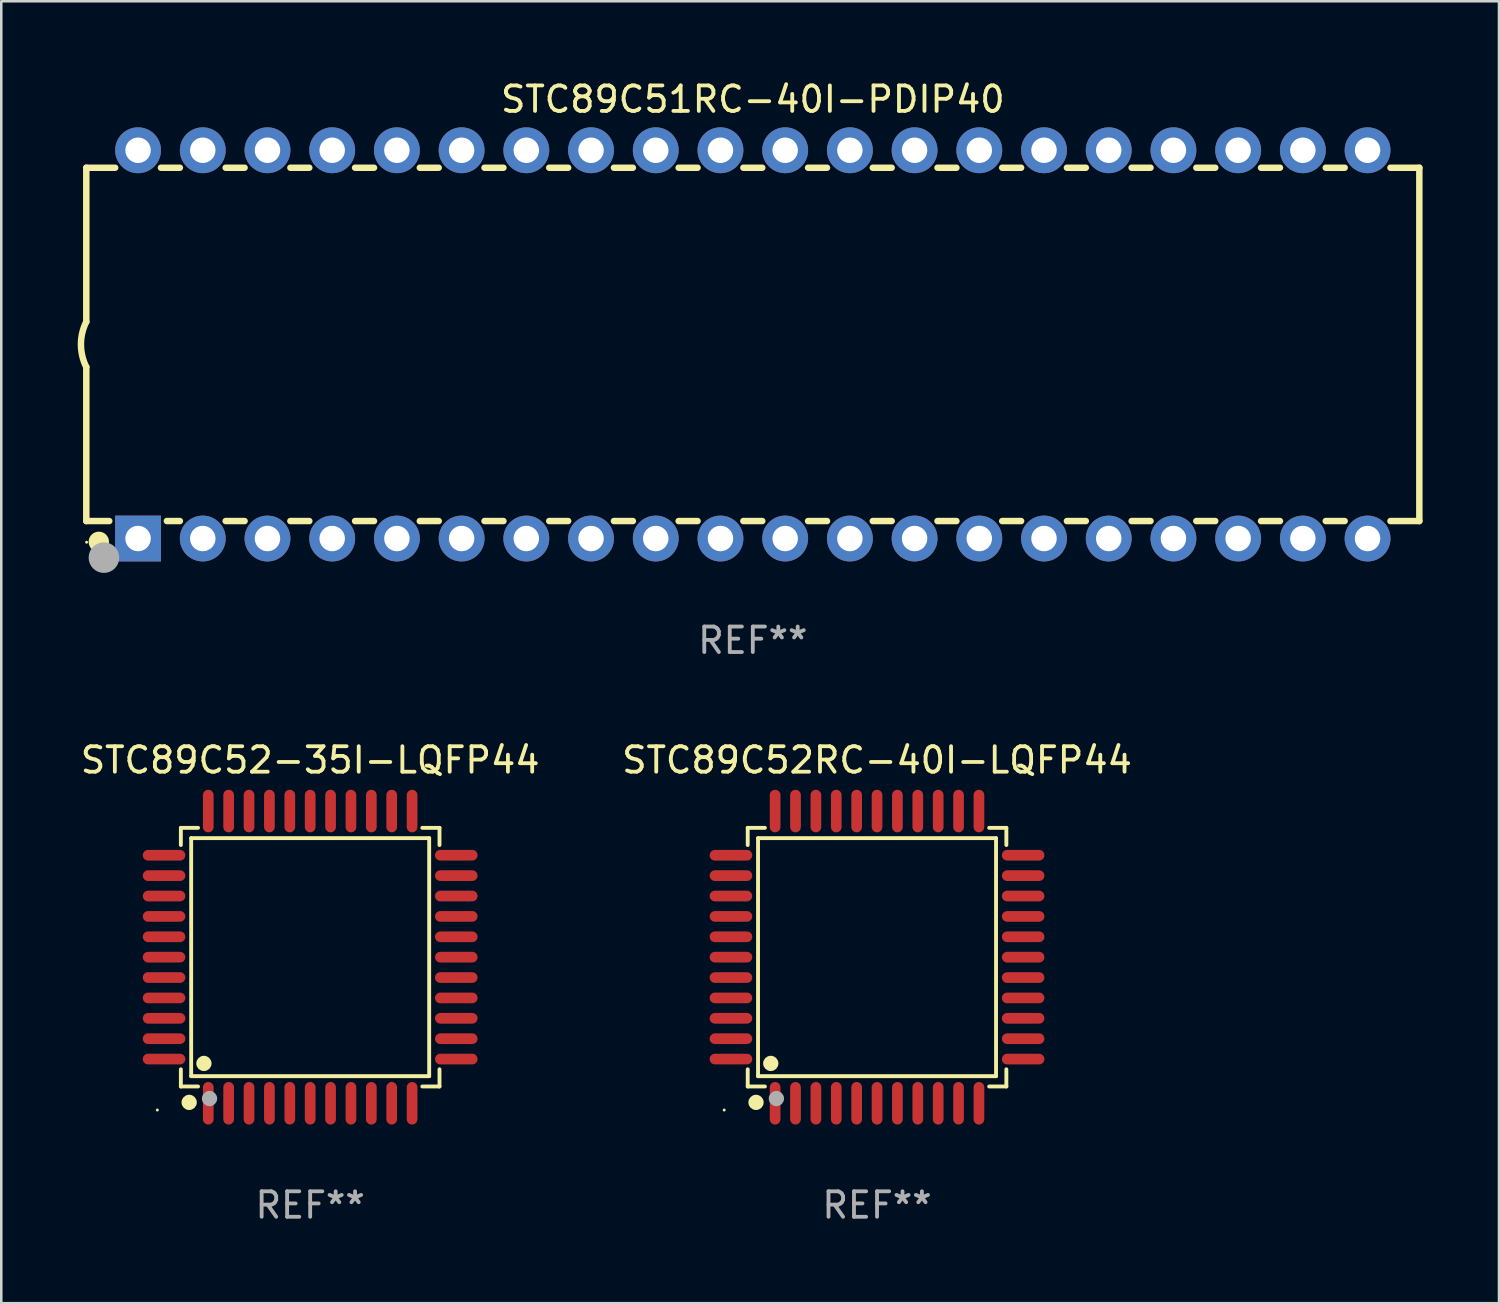
<source format=kicad_pcb>
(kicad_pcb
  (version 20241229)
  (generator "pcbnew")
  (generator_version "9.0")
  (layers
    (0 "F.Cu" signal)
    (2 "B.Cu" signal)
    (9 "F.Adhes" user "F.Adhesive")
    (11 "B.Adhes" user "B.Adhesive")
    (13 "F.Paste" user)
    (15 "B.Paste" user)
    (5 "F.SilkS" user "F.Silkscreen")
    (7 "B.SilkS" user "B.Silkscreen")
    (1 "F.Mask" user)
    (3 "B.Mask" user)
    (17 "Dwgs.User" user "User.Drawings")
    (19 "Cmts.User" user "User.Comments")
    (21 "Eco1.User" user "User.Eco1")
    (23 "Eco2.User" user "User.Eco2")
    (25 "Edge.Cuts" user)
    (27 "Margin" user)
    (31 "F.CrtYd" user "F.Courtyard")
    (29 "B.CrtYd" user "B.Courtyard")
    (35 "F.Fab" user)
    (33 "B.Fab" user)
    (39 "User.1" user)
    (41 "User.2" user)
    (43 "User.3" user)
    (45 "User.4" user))
  (footprint "STC89C51RC-40I-PDIP40"
    (layer "F.Cu")
    (at 26.499 10.468)
    (property "Reference" "STC89C51RC-40I-PDIP40" (at 0 -9.62 0) (layer "F.SilkS") (effects (font (size 1 1) (thickness 0.15))))
    (attr through_hole)
    (fp_line (start -26.162 -6.934) (end -26.162 -0.889) (stroke (width 0.254) (type solid)) (layer "F.SilkS"))
    (fp_line (start -26.162 -6.934) (end -25.029 -6.934) (stroke (width 0.254) (type solid)) (layer "F.SilkS"))
    (fp_line (start -26.162 6.934) (end -26.162 0.889) (stroke (width 0.254) (type solid)) (layer "F.SilkS"))
    (fp_line (start -26.162 6.934) (end -25.261 6.934) (stroke (width 0.254) (type solid)) (layer "F.SilkS"))
    (fp_line (start -23.231 -6.934) (end -22.489 -6.934) (stroke (width 0.254) (type solid)) (layer "F.SilkS"))
    (fp_line (start -22.999 6.934) (end -22.489 6.934) (stroke (width 0.254) (type solid)) (layer "F.SilkS"))
    (fp_line (start -20.691 -6.934) (end -19.949 -6.934) (stroke (width 0.254) (type solid)) (layer "F.SilkS"))
    (fp_line (start -20.691 6.934) (end -19.949 6.934) (stroke (width 0.254) (type solid)) (layer "F.SilkS"))
    (fp_line (start -18.151 -6.934) (end -17.409 -6.934) (stroke (width 0.254) (type solid)) (layer "F.SilkS"))
    (fp_line (start -18.151 6.934) (end -17.409 6.934) (stroke (width 0.254) (type solid)) (layer "F.SilkS"))
    (fp_line (start -15.611 -6.934) (end -14.869 -6.934) (stroke (width 0.254) (type solid)) (layer "F.SilkS"))
    (fp_line (start -15.611 6.934) (end -14.869 6.934) (stroke (width 0.254) (type solid)) (layer "F.SilkS"))
    (fp_line (start -13.071 -6.934) (end -12.329 -6.934) (stroke (width 0.254) (type solid)) (layer "F.SilkS"))
    (fp_line (start -13.071 6.934) (end -12.329 6.934) (stroke (width 0.254) (type solid)) (layer "F.SilkS"))
    (fp_line (start -10.531 -6.934) (end -9.789 -6.934) (stroke (width 0.254) (type solid)) (layer "F.SilkS"))
    (fp_line (start -10.531 6.934) (end -9.789 6.934) (stroke (width 0.254) (type solid)) (layer "F.SilkS"))
    (fp_line (start -7.991 -6.934) (end -7.249 -6.934) (stroke (width 0.254) (type solid)) (layer "F.SilkS"))
    (fp_line (start -7.991 6.934) (end -7.249 6.934) (stroke (width 0.254) (type solid)) (layer "F.SilkS"))
    (fp_line (start -5.451 -6.934) (end -4.709 -6.934) (stroke (width 0.254) (type solid)) (layer "F.SilkS"))
    (fp_line (start -5.451 6.934) (end -4.709 6.934) (stroke (width 0.254) (type solid)) (layer "F.SilkS"))
    (fp_line (start -2.911 -6.934) (end -2.169 -6.934) (stroke (width 0.254) (type solid)) (layer "F.SilkS"))
    (fp_line (start -2.911 6.934) (end -2.169 6.934) (stroke (width 0.254) (type solid)) (layer "F.SilkS"))
    (fp_line (start -0.371 -6.934) (end 0.371 -6.934) (stroke (width 0.254) (type solid)) (layer "F.SilkS"))
    (fp_line (start -0.371 6.934) (end 0.371 6.934) (stroke (width 0.254) (type solid)) (layer "F.SilkS"))
    (fp_line (start 2.169 -6.934) (end 2.911 -6.934) (stroke (width 0.254) (type solid)) (layer "F.SilkS"))
    (fp_line (start 2.169 6.934) (end 2.911 6.934) (stroke (width 0.254) (type solid)) (layer "F.SilkS"))
    (fp_line (start 4.709 -6.934) (end 5.451 -6.934) (stroke (width 0.254) (type solid)) (layer "F.SilkS"))
    (fp_line (start 4.709 6.934) (end 5.451 6.934) (stroke (width 0.254) (type solid)) (layer "F.SilkS"))
    (fp_line (start 7.249 -6.934) (end 7.991 -6.934) (stroke (width 0.254) (type solid)) (layer "F.SilkS"))
    (fp_line (start 7.249 6.934) (end 7.991 6.934) (stroke (width 0.254) (type solid)) (layer "F.SilkS"))
    (fp_line (start 9.789 -6.934) (end 10.531 -6.934) (stroke (width 0.254) (type solid)) (layer "F.SilkS"))
    (fp_line (start 9.789 6.934) (end 10.531 6.934) (stroke (width 0.254) (type solid)) (layer "F.SilkS"))
    (fp_line (start 12.329 -6.934) (end 13.071 -6.934) (stroke (width 0.254) (type solid)) (layer "F.SilkS"))
    (fp_line (start 12.329 6.934) (end 13.071 6.934) (stroke (width 0.254) (type solid)) (layer "F.SilkS"))
    (fp_line (start 14.869 -6.934) (end 15.611 -6.934) (stroke (width 0.254) (type solid)) (layer "F.SilkS"))
    (fp_line (start 14.869 6.934) (end 15.611 6.934) (stroke (width 0.254) (type solid)) (layer "F.SilkS"))
    (fp_line (start 17.409 -6.934) (end 18.151 -6.934) (stroke (width 0.254) (type solid)) (layer "F.SilkS"))
    (fp_line (start 17.409 6.934) (end 18.151 6.934) (stroke (width 0.254) (type solid)) (layer "F.SilkS"))
    (fp_line (start 19.949 -6.934) (end 20.691 -6.934) (stroke (width 0.254) (type solid)) (layer "F.SilkS"))
    (fp_line (start 19.949 6.934) (end 20.691 6.934) (stroke (width 0.254) (type solid)) (layer "F.SilkS"))
    (fp_line (start 22.489 -6.934) (end 23.231 -6.934) (stroke (width 0.254) (type solid)) (layer "F.SilkS"))
    (fp_line (start 22.489 6.934) (end 23.231 6.934) (stroke (width 0.254) (type solid)) (layer "F.SilkS"))
    (fp_line (start 25.029 -6.934) (end 26.162 -6.934) (stroke (width 0.254) (type solid)) (layer "F.SilkS"))
    (fp_line (start 25.029 6.934) (end 26.162 6.934) (stroke (width 0.254) (type solid)) (layer "F.SilkS"))
    (fp_line (start 26.162 -6.934) (end 26.162 6.934) (stroke (width 0.254) (type solid)) (layer "F.SilkS"))
    (fp_arc (start -26.162052 0.889001) (mid -26.371917 0) (end -26.162052 -0.889002) (stroke (width 0.254001) (type solid)) (layer "F.SilkS"))
    (fp_circle (center -26.15 7.765) (end -26.12 7.765) (stroke (width 0.06) (type solid)) (fill no) (layer "F.SilkS"))
    (fp_circle (center -25.67 7.75) (end -25.47 7.75) (stroke (width 0.4) (type solid)) (fill no) (layer "F.SilkS"))
    (fp_circle (center -25.47 8.37) (end -25.17 8.37) (stroke (width 0.6) (type solid)) (fill no) (layer "F.Fab"))
    (fp_text user "REF**" (at 0 11.62 0) (layer "F.Fab") (effects (font (size 1 1) (thickness 0.15))))
    (pad "1" thru_hole rect (at -24.13 7.62) (size 1.8 1.8) (drill 1) (layers "*.Cu" "*.Mask"))
    (pad "2" thru_hole circle (at -21.59 7.62) (size 1.8 1.8) (drill 1) (layers "*.Cu" "*.Mask"))
    (pad "3" thru_hole circle (at -19.05 7.62) (size 1.8 1.8) (drill 1) (layers "*.Cu" "*.Mask"))
    (pad "4" thru_hole circle (at -16.51 7.62) (size 1.8 1.8) (drill 1) (layers "*.Cu" "*.Mask"))
    (pad "5" thru_hole circle (at -13.97 7.62) (size 1.8 1.8) (drill 1) (layers "*.Cu" "*.Mask"))
    (pad "6" thru_hole circle (at -11.43 7.62) (size 1.8 1.8) (drill 1) (layers "*.Cu" "*.Mask"))
    (pad "7" thru_hole circle (at -8.89 7.62) (size 1.8 1.8) (drill 1) (layers "*.Cu" "*.Mask"))
    (pad "8" thru_hole circle (at -6.35 7.62) (size 1.8 1.8) (drill 1) (layers "*.Cu" "*.Mask"))
    (pad "9" thru_hole circle (at -3.81 7.62) (size 1.8 1.8) (drill 1) (layers "*.Cu" "*.Mask"))
    (pad "10" thru_hole circle (at -1.27 7.62) (size 1.8 1.8) (drill 1) (layers "*.Cu" "*.Mask"))
    (pad "11" thru_hole circle (at 1.27 7.62) (size 1.8 1.8) (drill 1) (layers "*.Cu" "*.Mask"))
    (pad "12" thru_hole circle (at 3.81 7.62) (size 1.8 1.8) (drill 1) (layers "*.Cu" "*.Mask"))
    (pad "13" thru_hole circle (at 6.35 7.62) (size 1.8 1.8) (drill 1) (layers "*.Cu" "*.Mask"))
    (pad "14" thru_hole circle (at 8.89 7.62) (size 1.8 1.8) (drill 1) (layers "*.Cu" "*.Mask"))
    (pad "15" thru_hole circle (at 11.43 7.62) (size 1.8 1.8) (drill 1) (layers "*.Cu" "*.Mask"))
    (pad "16" thru_hole circle (at 13.97 7.62) (size 1.8 1.8) (drill 1) (layers "*.Cu" "*.Mask"))
    (pad "17" thru_hole circle (at 16.51 7.62) (size 1.8 1.8) (drill 1) (layers "*.Cu" "*.Mask"))
    (pad "18" thru_hole circle (at 19.05 7.62) (size 1.8 1.8) (drill 1) (layers "*.Cu" "*.Mask"))
    (pad "19" thru_hole circle (at 21.59 7.62) (size 1.8 1.8) (drill 1) (layers "*.Cu" "*.Mask"))
    (pad "20" thru_hole circle (at 24.13 7.62) (size 1.8 1.8) (drill 1) (layers "*.Cu" "*.Mask"))
    (pad "21" thru_hole circle (at 24.13 -7.62) (size 1.8 1.8) (drill 1) (layers "*.Cu" "*.Mask"))
    (pad "22" thru_hole circle (at 21.59 -7.62) (size 1.8 1.8) (drill 1) (layers "*.Cu" "*.Mask"))
    (pad "23" thru_hole circle (at 19.05 -7.62) (size 1.8 1.8) (drill 1) (layers "*.Cu" "*.Mask"))
    (pad "24" thru_hole circle (at 16.51 -7.62) (size 1.8 1.8) (drill 1) (layers "*.Cu" "*.Mask"))
    (pad "25" thru_hole circle (at 13.97 -7.62) (size 1.8 1.8) (drill 1) (layers "*.Cu" "*.Mask"))
    (pad "26" thru_hole circle (at 11.43 -7.62) (size 1.8 1.8) (drill 1) (layers "*.Cu" "*.Mask"))
    (pad "27" thru_hole circle (at 8.89 -7.62) (size 1.8 1.8) (drill 1) (layers "*.Cu" "*.Mask"))
    (pad "28" thru_hole circle (at 6.35 -7.62) (size 1.8 1.8) (drill 1) (layers "*.Cu" "*.Mask"))
    (pad "29" thru_hole circle (at 3.81 -7.62) (size 1.8 1.8) (drill 1) (layers "*.Cu" "*.Mask"))
    (pad "30" thru_hole circle (at 1.27 -7.62) (size 1.8 1.8) (drill 1) (layers "*.Cu" "*.Mask"))
    (pad "31" thru_hole circle (at -1.27 -7.62) (size 1.8 1.8) (drill 1) (layers "*.Cu" "*.Mask"))
    (pad "32" thru_hole circle (at -3.81 -7.62) (size 1.8 1.8) (drill 1) (layers "*.Cu" "*.Mask"))
    (pad "33" thru_hole circle (at -6.35 -7.62) (size 1.8 1.8) (drill 1) (layers "*.Cu" "*.Mask"))
    (pad "34" thru_hole circle (at -8.89 -7.62) (size 1.8 1.8) (drill 1) (layers "*.Cu" "*.Mask"))
    (pad "35" thru_hole circle (at -11.43 -7.62) (size 1.8 1.8) (drill 1) (layers "*.Cu" "*.Mask"))
    (pad "36" thru_hole circle (at -13.97 -7.62) (size 1.8 1.8) (drill 1) (layers "*.Cu" "*.Mask"))
    (pad "37" thru_hole circle (at -16.51 -7.62) (size 1.8 1.8) (drill 1) (layers "*.Cu" "*.Mask"))
    (pad "38" thru_hole circle (at -19.05 -7.62) (size 1.8 1.8) (drill 1) (layers "*.Cu" "*.Mask"))
    (pad "39" thru_hole circle (at -21.59 -7.62) (size 1.8 1.8) (drill 1) (layers "*.Cu" "*.Mask"))
    (pad "40" thru_hole circle (at -24.13 -7.62) (size 1.8 1.8) (drill 1) (layers "*.Cu" "*.Mask")))
  (footprint "STC89C52RC-40I-LQFP44"
    (layer "F.Cu")
    (at 31.375 34.52)
    (property "Reference" "STC89C52RC-40I-LQFP44" (at 0 -7.735 0) (layer "F.SilkS") (effects (font (size 1 1) (thickness 0.15))))
    (attr through_hole)
    (fp_line (start -5.076 -5.076) (end -4.401 -5.076) (stroke (width 0.152) (type solid)) (layer "F.SilkS"))
    (fp_line (start -5.076 -4.401) (end -5.076 -5.076) (stroke (width 0.152) (type solid)) (layer "F.SilkS"))
    (fp_line (start -5.076 4.401) (end -5.076 5.076) (stroke (width 0.152) (type solid)) (layer "F.SilkS"))
    (fp_line (start -5.076 5.076) (end -4.401 5.076) (stroke (width 0.152) (type solid)) (layer "F.SilkS"))
    (fp_line (start -4.671 -4.671) (end 4.671 -4.671) (stroke (width 0.152) (type solid)) (layer "F.SilkS"))
    (fp_line (start -4.671 4.671) (end -4.671 -4.671) (stroke (width 0.152) (type solid)) (layer "F.SilkS"))
    (fp_line (start 4.671 -4.671) (end 4.671 4.671) (stroke (width 0.152) (type solid)) (layer "F.SilkS"))
    (fp_line (start 4.671 4.671) (end -4.671 4.671) (stroke (width 0.152) (type solid)) (layer "F.SilkS"))
    (fp_line (start 5.076 -5.076) (end 4.401 -5.076) (stroke (width 0.152) (type solid)) (layer "F.SilkS"))
    (fp_line (start 5.076 -4.401) (end 5.076 -5.076) (stroke (width 0.152) (type solid)) (layer "F.SilkS"))
    (fp_line (start 5.076 4.401) (end 5.076 5.076) (stroke (width 0.152) (type solid)) (layer "F.SilkS"))
    (fp_line (start 5.076 5.076) (end 4.401 5.076) (stroke (width 0.152) (type solid)) (layer "F.SilkS"))
    (fp_circle (center -6 6) (end -5.97 6) (stroke (width 0.06) (type solid)) (fill no) (layer "F.SilkS"))
    (fp_circle (center -4.75 5.7) (end -4.6 5.7) (stroke (width 0.3) (type solid)) (fill no) (layer "F.SilkS"))
    (fp_circle (center -4.171 4.171) (end -4.021 4.171) (stroke (width 0.3) (type solid)) (fill no) (layer "F.SilkS"))
    (fp_circle (center -3.95 5.55) (end -3.8 5.55) (stroke (width 0.3) (type solid)) (fill no) (layer "F.Fab"))
    (fp_text user "REF**" (at 0 9.735 0) (layer "F.Fab") (effects (font (size 1 1) (thickness 0.15))))
    (pad "1" smd oval (at -4 5.735) (size 0.42 1.67) (layers "F.Cu" "F.Mask" "F.Paste"))
    (pad "2" smd oval (at -3.2 5.735) (size 0.42 1.67) (layers "F.Cu" "F.Mask" "F.Paste"))
    (pad "3" smd oval (at -2.4 5.735) (size 0.42 1.67) (layers "F.Cu" "F.Mask" "F.Paste"))
    (pad "4" smd oval (at -1.6 5.735) (size 0.42 1.67) (layers "F.Cu" "F.Mask" "F.Paste"))
    (pad "5" smd oval (at -0.8 5.735) (size 0.42 1.67) (layers "F.Cu" "F.Mask" "F.Paste"))
    (pad "6" smd oval (at 0 5.735) (size 0.42 1.67) (layers "F.Cu" "F.Mask" "F.Paste"))
    (pad "7" smd oval (at 0.8 5.735) (size 0.42 1.67) (layers "F.Cu" "F.Mask" "F.Paste"))
    (pad "8" smd oval (at 1.6 5.735) (size 0.42 1.67) (layers "F.Cu" "F.Mask" "F.Paste"))
    (pad "9" smd oval (at 2.4 5.735) (size 0.42 1.67) (layers "F.Cu" "F.Mask" "F.Paste"))
    (pad "10" smd oval (at 3.2 5.735) (size 0.42 1.67) (layers "F.Cu" "F.Mask" "F.Paste"))
    (pad "11" smd oval (at 4 5.735) (size 0.42 1.67) (layers "F.Cu" "F.Mask" "F.Paste"))
    (pad "12" smd oval (at 5.735 4) (size 1.67 0.42) (layers "F.Cu" "F.Mask" "F.Paste"))
    (pad "13" smd oval (at 5.735 3.2) (size 1.67 0.42) (layers "F.Cu" "F.Mask" "F.Paste"))
    (pad "14" smd oval (at 5.735 2.4) (size 1.67 0.42) (layers "F.Cu" "F.Mask" "F.Paste"))
    (pad "15" smd oval (at 5.735 1.6) (size 1.67 0.42) (layers "F.Cu" "F.Mask" "F.Paste"))
    (pad "16" smd oval (at 5.735 0.8) (size 1.67 0.42) (layers "F.Cu" "F.Mask" "F.Paste"))
    (pad "17" smd oval (at 5.735 0) (size 1.67 0.42) (layers "F.Cu" "F.Mask" "F.Paste"))
    (pad "18" smd oval (at 5.735 -0.8) (size 1.67 0.42) (layers "F.Cu" "F.Mask" "F.Paste"))
    (pad "19" smd oval (at 5.735 -1.6) (size 1.67 0.42) (layers "F.Cu" "F.Mask" "F.Paste"))
    (pad "20" smd oval (at 5.735 -2.4) (size 1.67 0.42) (layers "F.Cu" "F.Mask" "F.Paste"))
    (pad "21" smd oval (at 5.735 -3.2) (size 1.67 0.42) (layers "F.Cu" "F.Mask" "F.Paste"))
    (pad "22" smd oval (at 5.735 -4) (size 1.67 0.42) (layers "F.Cu" "F.Mask" "F.Paste"))
    (pad "23" smd oval (at 4 -5.735) (size 0.42 1.67) (layers "F.Cu" "F.Mask" "F.Paste"))
    (pad "24" smd oval (at 3.2 -5.735) (size 0.42 1.67) (layers "F.Cu" "F.Mask" "F.Paste"))
    (pad "25" smd oval (at 2.4 -5.735) (size 0.42 1.67) (layers "F.Cu" "F.Mask" "F.Paste"))
    (pad "26" smd oval (at 1.6 -5.735) (size 0.42 1.67) (layers "F.Cu" "F.Mask" "F.Paste"))
    (pad "27" smd oval (at 0.8 -5.735) (size 0.42 1.67) (layers "F.Cu" "F.Mask" "F.Paste"))
    (pad "28" smd oval (at 0 -5.735) (size 0.42 1.67) (layers "F.Cu" "F.Mask" "F.Paste"))
    (pad "29" smd oval (at -0.8 -5.735) (size 0.42 1.67) (layers "F.Cu" "F.Mask" "F.Paste"))
    (pad "30" smd oval (at -1.6 -5.735) (size 0.42 1.67) (layers "F.Cu" "F.Mask" "F.Paste"))
    (pad "31" smd oval (at -2.4 -5.735) (size 0.42 1.67) (layers "F.Cu" "F.Mask" "F.Paste"))
    (pad "32" smd oval (at -3.2 -5.735) (size 0.42 1.67) (layers "F.Cu" "F.Mask" "F.Paste"))
    (pad "33" smd oval (at -4 -5.735) (size 0.42 1.67) (layers "F.Cu" "F.Mask" "F.Paste"))
    (pad "34" smd oval (at -5.735 -4) (size 1.67 0.42) (layers "F.Cu" "F.Mask" "F.Paste"))
    (pad "35" smd oval (at -5.735 -3.2) (size 1.67 0.42) (layers "F.Cu" "F.Mask" "F.Paste"))
    (pad "36" smd oval (at -5.735 -2.4) (size 1.67 0.42) (layers "F.Cu" "F.Mask" "F.Paste"))
    (pad "37" smd oval (at -5.735 -1.6) (size 1.67 0.42) (layers "F.Cu" "F.Mask" "F.Paste"))
    (pad "38" smd oval (at -5.735 -0.8) (size 1.67 0.42) (layers "F.Cu" "F.Mask" "F.Paste"))
    (pad "39" smd oval (at -5.735 0) (size 1.67 0.42) (layers "F.Cu" "F.Mask" "F.Paste"))
    (pad "40" smd oval (at -5.735 0.8) (size 1.67 0.42) (layers "F.Cu" "F.Mask" "F.Paste"))
    (pad "41" smd oval (at -5.735 1.6) (size 1.67 0.42) (layers "F.Cu" "F.Mask" "F.Paste"))
    (pad "42" smd oval (at -5.735 2.4) (size 1.67 0.42) (layers "F.Cu" "F.Mask" "F.Paste"))
    (pad "43" smd oval (at -5.735 3.2) (size 1.67 0.42) (layers "F.Cu" "F.Mask" "F.Paste"))
    (pad "44" smd oval (at -5.735 4) (size 1.67 0.42) (layers "F.Cu" "F.Mask" "F.Paste")))
  (footprint "STC89C52-35I-LQFP44"
    (layer "F.Cu")
    (at 9.125 34.52)
    (property "Reference" "STC89C52-35I-LQFP44" (at 0 -7.735 0) (layer "F.SilkS") (effects (font (size 1 1) (thickness 0.15))))
    (attr through_hole)
    (fp_line (start -5.076 -5.076) (end -4.401 -5.076) (stroke (width 0.152) (type solid)) (layer "F.SilkS"))
    (fp_line (start -5.076 -4.401) (end -5.076 -5.076) (stroke (width 0.152) (type solid)) (layer "F.SilkS"))
    (fp_line (start -5.076 4.401) (end -5.076 5.076) (stroke (width 0.152) (type solid)) (layer "F.SilkS"))
    (fp_line (start -5.076 5.076) (end -4.401 5.076) (stroke (width 0.152) (type solid)) (layer "F.SilkS"))
    (fp_line (start -4.671 -4.671) (end 4.671 -4.671) (stroke (width 0.152) (type solid)) (layer "F.SilkS"))
    (fp_line (start -4.671 4.671) (end -4.671 -4.671) (stroke (width 0.152) (type solid)) (layer "F.SilkS"))
    (fp_line (start 4.671 -4.671) (end 4.671 4.671) (stroke (width 0.152) (type solid)) (layer "F.SilkS"))
    (fp_line (start 4.671 4.671) (end -4.671 4.671) (stroke (width 0.152) (type solid)) (layer "F.SilkS"))
    (fp_line (start 5.076 -5.076) (end 4.401 -5.076) (stroke (width 0.152) (type solid)) (layer "F.SilkS"))
    (fp_line (start 5.076 -4.401) (end 5.076 -5.076) (stroke (width 0.152) (type solid)) (layer "F.SilkS"))
    (fp_line (start 5.076 4.401) (end 5.076 5.076) (stroke (width 0.152) (type solid)) (layer "F.SilkS"))
    (fp_line (start 5.076 5.076) (end 4.401 5.076) (stroke (width 0.152) (type solid)) (layer "F.SilkS"))
    (fp_circle (center -6 6) (end -5.97 6) (stroke (width 0.06) (type solid)) (fill no) (layer "F.SilkS"))
    (fp_circle (center -4.75 5.7) (end -4.6 5.7) (stroke (width 0.3) (type solid)) (fill no) (layer "F.SilkS"))
    (fp_circle (center -4.171 4.171) (end -4.021 4.171) (stroke (width 0.3) (type solid)) (fill no) (layer "F.SilkS"))
    (fp_circle (center -3.95 5.55) (end -3.8 5.55) (stroke (width 0.3) (type solid)) (fill no) (layer "F.Fab"))
    (fp_text user "REF**" (at 0 9.735 0) (layer "F.Fab") (effects (font (size 1 1) (thickness 0.15))))
    (pad "1" smd oval (at -4 5.735) (size 0.42 1.67) (layers "F.Cu" "F.Mask" "F.Paste"))
    (pad "2" smd oval (at -3.2 5.735) (size 0.42 1.67) (layers "F.Cu" "F.Mask" "F.Paste"))
    (pad "3" smd oval (at -2.4 5.735) (size 0.42 1.67) (layers "F.Cu" "F.Mask" "F.Paste"))
    (pad "4" smd oval (at -1.6 5.735) (size 0.42 1.67) (layers "F.Cu" "F.Mask" "F.Paste"))
    (pad "5" smd oval (at -0.8 5.735) (size 0.42 1.67) (layers "F.Cu" "F.Mask" "F.Paste"))
    (pad "6" smd oval (at 0 5.735) (size 0.42 1.67) (layers "F.Cu" "F.Mask" "F.Paste"))
    (pad "7" smd oval (at 0.8 5.735) (size 0.42 1.67) (layers "F.Cu" "F.Mask" "F.Paste"))
    (pad "8" smd oval (at 1.6 5.735) (size 0.42 1.67) (layers "F.Cu" "F.Mask" "F.Paste"))
    (pad "9" smd oval (at 2.4 5.735) (size 0.42 1.67) (layers "F.Cu" "F.Mask" "F.Paste"))
    (pad "10" smd oval (at 3.2 5.735) (size 0.42 1.67) (layers "F.Cu" "F.Mask" "F.Paste"))
    (pad "11" smd oval (at 4 5.735) (size 0.42 1.67) (layers "F.Cu" "F.Mask" "F.Paste"))
    (pad "12" smd oval (at 5.735 4) (size 1.67 0.42) (layers "F.Cu" "F.Mask" "F.Paste"))
    (pad "13" smd oval (at 5.735 3.2) (size 1.67 0.42) (layers "F.Cu" "F.Mask" "F.Paste"))
    (pad "14" smd oval (at 5.735 2.4) (size 1.67 0.42) (layers "F.Cu" "F.Mask" "F.Paste"))
    (pad "15" smd oval (at 5.735 1.6) (size 1.67 0.42) (layers "F.Cu" "F.Mask" "F.Paste"))
    (pad "16" smd oval (at 5.735 0.8) (size 1.67 0.42) (layers "F.Cu" "F.Mask" "F.Paste"))
    (pad "17" smd oval (at 5.735 0) (size 1.67 0.42) (layers "F.Cu" "F.Mask" "F.Paste"))
    (pad "18" smd oval (at 5.735 -0.8) (size 1.67 0.42) (layers "F.Cu" "F.Mask" "F.Paste"))
    (pad "19" smd oval (at 5.735 -1.6) (size 1.67 0.42) (layers "F.Cu" "F.Mask" "F.Paste"))
    (pad "20" smd oval (at 5.735 -2.4) (size 1.67 0.42) (layers "F.Cu" "F.Mask" "F.Paste"))
    (pad "21" smd oval (at 5.735 -3.2) (size 1.67 0.42) (layers "F.Cu" "F.Mask" "F.Paste"))
    (pad "22" smd oval (at 5.735 -4) (size 1.67 0.42) (layers "F.Cu" "F.Mask" "F.Paste"))
    (pad "23" smd oval (at 4 -5.735) (size 0.42 1.67) (layers "F.Cu" "F.Mask" "F.Paste"))
    (pad "24" smd oval (at 3.2 -5.735) (size 0.42 1.67) (layers "F.Cu" "F.Mask" "F.Paste"))
    (pad "25" smd oval (at 2.4 -5.735) (size 0.42 1.67) (layers "F.Cu" "F.Mask" "F.Paste"))
    (pad "26" smd oval (at 1.6 -5.735) (size 0.42 1.67) (layers "F.Cu" "F.Mask" "F.Paste"))
    (pad "27" smd oval (at 0.8 -5.735) (size 0.42 1.67) (layers "F.Cu" "F.Mask" "F.Paste"))
    (pad "28" smd oval (at 0 -5.735) (size 0.42 1.67) (layers "F.Cu" "F.Mask" "F.Paste"))
    (pad "29" smd oval (at -0.8 -5.735) (size 0.42 1.67) (layers "F.Cu" "F.Mask" "F.Paste"))
    (pad "30" smd oval (at -1.6 -5.735) (size 0.42 1.67) (layers "F.Cu" "F.Mask" "F.Paste"))
    (pad "31" smd oval (at -2.4 -5.735) (size 0.42 1.67) (layers "F.Cu" "F.Mask" "F.Paste"))
    (pad "32" smd oval (at -3.2 -5.735) (size 0.42 1.67) (layers "F.Cu" "F.Mask" "F.Paste"))
    (pad "33" smd oval (at -4 -5.735) (size 0.42 1.67) (layers "F.Cu" "F.Mask" "F.Paste"))
    (pad "34" smd oval (at -5.735 -4) (size 1.67 0.42) (layers "F.Cu" "F.Mask" "F.Paste"))
    (pad "35" smd oval (at -5.735 -3.2) (size 1.67 0.42) (layers "F.Cu" "F.Mask" "F.Paste"))
    (pad "36" smd oval (at -5.735 -2.4) (size 1.67 0.42) (layers "F.Cu" "F.Mask" "F.Paste"))
    (pad "37" smd oval (at -5.735 -1.6) (size 1.67 0.42) (layers "F.Cu" "F.Mask" "F.Paste"))
    (pad "38" smd oval (at -5.735 -0.8) (size 1.67 0.42) (layers "F.Cu" "F.Mask" "F.Paste"))
    (pad "39" smd oval (at -5.735 0) (size 1.67 0.42) (layers "F.Cu" "F.Mask" "F.Paste"))
    (pad "40" smd oval (at -5.735 0.8) (size 1.67 0.42) (layers "F.Cu" "F.Mask" "F.Paste"))
    (pad "41" smd oval (at -5.735 1.6) (size 1.67 0.42) (layers "F.Cu" "F.Mask" "F.Paste"))
    (pad "42" smd oval (at -5.735 2.4) (size 1.67 0.42) (layers "F.Cu" "F.Mask" "F.Paste"))
    (pad "43" smd oval (at -5.735 3.2) (size 1.67 0.42) (layers "F.Cu" "F.Mask" "F.Paste"))
    (pad "44" smd oval (at -5.735 4) (size 1.67 0.42) (layers "F.Cu" "F.Mask" "F.Paste")))
  (gr_rect
    (start -3 -3)
    (end 55.788 48.103)
    (stroke (width 0.1) (type default))
    (fill no)
    (layer "Edge.Cuts")))
</source>
